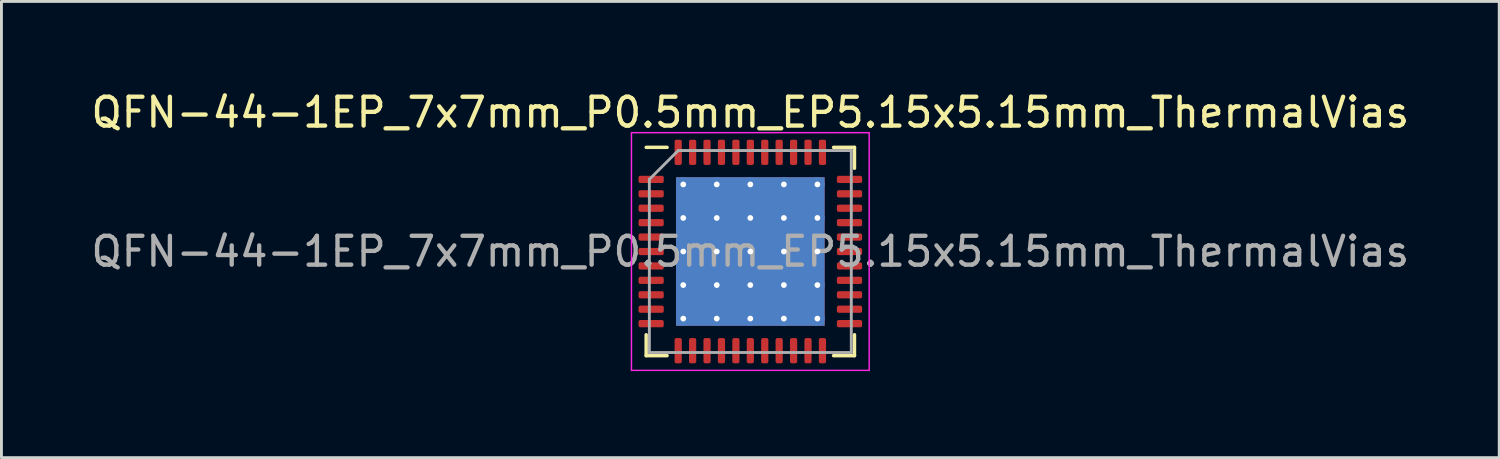
<source format=kicad_pcb>
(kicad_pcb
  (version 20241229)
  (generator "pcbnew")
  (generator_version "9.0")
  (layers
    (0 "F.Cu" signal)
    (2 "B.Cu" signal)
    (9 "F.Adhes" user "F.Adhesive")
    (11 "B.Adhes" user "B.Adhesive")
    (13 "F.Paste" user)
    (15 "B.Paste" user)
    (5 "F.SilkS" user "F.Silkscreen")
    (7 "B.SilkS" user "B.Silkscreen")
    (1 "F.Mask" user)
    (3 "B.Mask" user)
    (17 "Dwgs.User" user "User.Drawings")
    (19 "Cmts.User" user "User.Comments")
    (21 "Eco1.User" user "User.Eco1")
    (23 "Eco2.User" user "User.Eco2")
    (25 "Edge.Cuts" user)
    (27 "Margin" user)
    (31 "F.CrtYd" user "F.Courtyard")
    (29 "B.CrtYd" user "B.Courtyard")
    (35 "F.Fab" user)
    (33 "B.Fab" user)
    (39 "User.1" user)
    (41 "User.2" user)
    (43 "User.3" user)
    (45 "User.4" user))
  (footprint "QFN-44-1EP_7x7mm_P0.5mm_EP5.15x5.15mm_ThermalVias"
    (layer "F.Cu")
    (at 22.958 5.668)
    (property "Reference" "QFN-44-1EP_7x7mm_P0.5mm_EP5.15x5.15mm_ThermalVias" (at 0 -4.82 0) (layer "F.SilkS") (effects (font (size 1 1) (thickness 0.15))))
    (attr smd)
    (fp_line (start -3.61 3.61) (end -3.61 2.885) (stroke (width 0.12) (type solid)) (layer "F.SilkS"))
    (fp_line (start -2.885 -3.61) (end -3.61 -3.61) (stroke (width 0.12) (type solid)) (layer "F.SilkS"))
    (fp_line (start -2.885 3.61) (end -3.61 3.61) (stroke (width 0.12) (type solid)) (layer "F.SilkS"))
    (fp_line (start 2.885 -3.61) (end 3.61 -3.61) (stroke (width 0.12) (type solid)) (layer "F.SilkS"))
    (fp_line (start 2.885 3.61) (end 3.61 3.61) (stroke (width 0.12) (type solid)) (layer "F.SilkS"))
    (fp_line (start 3.61 -3.61) (end 3.61 -2.885) (stroke (width 0.12) (type solid)) (layer "F.SilkS"))
    (fp_line (start 3.61 3.61) (end 3.61 2.885) (stroke (width 0.12) (type solid)) (layer "F.SilkS"))
    (fp_line (start -4.12 -4.12) (end -4.12 4.12) (stroke (width 0.05) (type solid)) (layer "F.CrtYd"))
    (fp_line (start -4.12 4.12) (end 4.12 4.12) (stroke (width 0.05) (type solid)) (layer "F.CrtYd"))
    (fp_line (start 4.12 -4.12) (end -4.12 -4.12) (stroke (width 0.05) (type solid)) (layer "F.CrtYd"))
    (fp_line (start 4.12 4.12) (end 4.12 -4.12) (stroke (width 0.05) (type solid)) (layer "F.CrtYd"))
    (fp_line (start -3.5 -2.5) (end -2.5 -3.5) (stroke (width 0.1) (type solid)) (layer "F.Fab"))
    (fp_line (start -3.5 3.5) (end -3.5 -2.5) (stroke (width 0.1) (type solid)) (layer "F.Fab"))
    (fp_line (start -2.5 -3.5) (end 3.5 -3.5) (stroke (width 0.1) (type solid)) (layer "F.Fab"))
    (fp_line (start 3.5 -3.5) (end 3.5 3.5) (stroke (width 0.1) (type solid)) (layer "F.Fab"))
    (fp_line (start 3.5 3.5) (end -3.5 3.5) (stroke (width 0.1) (type solid)) (layer "F.Fab"))
    (fp_text user "${REFERENCE}" (at 0 0 0) (layer "F.Fab") (effects (font (size 1 1) (thickness 0.15))))
    (pad "" smd roundrect (at -1.744 -1.744) (size 0.997 0.997) (layers "F.Paste") (roundrect_rratio 0.25))
    (pad "" smd roundrect (at -1.744 -0.581) (size 0.997 0.997) (layers "F.Paste") (roundrect_rratio 0.25))
    (pad "" smd roundrect (at -1.744 0.581) (size 0.997 0.997) (layers "F.Paste") (roundrect_rratio 0.25))
    (pad "" smd roundrect (at -1.744 1.744) (size 0.997 0.997) (layers "F.Paste") (roundrect_rratio 0.25))
    (pad "" smd roundrect (at -0.581 -1.744) (size 0.997 0.997) (layers "F.Paste") (roundrect_rratio 0.25))
    (pad "" smd roundrect (at -0.581 -0.581) (size 0.997 0.997) (layers "F.Paste") (roundrect_rratio 0.25))
    (pad "" smd roundrect (at -0.581 0.581) (size 0.997 0.997) (layers "F.Paste") (roundrect_rratio 0.25))
    (pad "" smd roundrect (at -0.581 1.744) (size 0.997 0.997) (layers "F.Paste") (roundrect_rratio 0.25))
    (pad "" smd roundrect (at 0.581 -1.744) (size 0.997 0.997) (layers "F.Paste") (roundrect_rratio 0.25))
    (pad "" smd roundrect (at 0.581 -0.581) (size 0.997 0.997) (layers "F.Paste") (roundrect_rratio 0.25))
    (pad "" smd roundrect (at 0.581 0.581) (size 0.997 0.997) (layers "F.Paste") (roundrect_rratio 0.25))
    (pad "" smd roundrect (at 0.581 1.744) (size 0.997 0.997) (layers "F.Paste") (roundrect_rratio 0.25))
    (pad "" smd roundrect (at 1.744 -1.744) (size 0.997 0.997) (layers "F.Paste") (roundrect_rratio 0.25))
    (pad "" smd roundrect (at 1.744 -0.581) (size 0.997 0.997) (layers "F.Paste") (roundrect_rratio 0.25))
    (pad "" smd roundrect (at 1.744 0.581) (size 0.997 0.997) (layers "F.Paste") (roundrect_rratio 0.25))
    (pad "" smd roundrect (at 1.744 1.744) (size 0.997 0.997) (layers "F.Paste") (roundrect_rratio 0.25))
    (pad "1" smd roundrect (at -3.438 -2.5) (size 0.875 0.25) (layers "F.Cu" "F.Mask" "F.Paste") (roundrect_rratio 0.25))
    (pad "2" smd roundrect (at -3.438 -2) (size 0.875 0.25) (layers "F.Cu" "F.Mask" "F.Paste") (roundrect_rratio 0.25))
    (pad "3" smd roundrect (at -3.438 -1.5) (size 0.875 0.25) (layers "F.Cu" "F.Mask" "F.Paste") (roundrect_rratio 0.25))
    (pad "4" smd roundrect (at -3.438 -1) (size 0.875 0.25) (layers "F.Cu" "F.Mask" "F.Paste") (roundrect_rratio 0.25))
    (pad "5" smd roundrect (at -3.438 -0.5) (size 0.875 0.25) (layers "F.Cu" "F.Mask" "F.Paste") (roundrect_rratio 0.25))
    (pad "6" smd roundrect (at -3.438 0) (size 0.875 0.25) (layers "F.Cu" "F.Mask" "F.Paste") (roundrect_rratio 0.25))
    (pad "7" smd roundrect (at -3.438 0.5) (size 0.875 0.25) (layers "F.Cu" "F.Mask" "F.Paste") (roundrect_rratio 0.25))
    (pad "8" smd roundrect (at -3.438 1) (size 0.875 0.25) (layers "F.Cu" "F.Mask" "F.Paste") (roundrect_rratio 0.25))
    (pad "9" smd roundrect (at -3.438 1.5) (size 0.875 0.25) (layers "F.Cu" "F.Mask" "F.Paste") (roundrect_rratio 0.25))
    (pad "10" smd roundrect (at -3.438 2) (size 0.875 0.25) (layers "F.Cu" "F.Mask" "F.Paste") (roundrect_rratio 0.25))
    (pad "11" smd roundrect (at -3.438 2.5) (size 0.875 0.25) (layers "F.Cu" "F.Mask" "F.Paste") (roundrect_rratio 0.25))
    (pad "12" smd roundrect (at -2.5 3.438) (size 0.25 0.875) (layers "F.Cu" "F.Mask" "F.Paste") (roundrect_rratio 0.25))
    (pad "13" smd roundrect (at -2 3.438) (size 0.25 0.875) (layers "F.Cu" "F.Mask" "F.Paste") (roundrect_rratio 0.25))
    (pad "14" smd roundrect (at -1.5 3.438) (size 0.25 0.875) (layers "F.Cu" "F.Mask" "F.Paste") (roundrect_rratio 0.25))
    (pad "15" smd roundrect (at -1 3.438) (size 0.25 0.875) (layers "F.Cu" "F.Mask" "F.Paste") (roundrect_rratio 0.25))
    (pad "16" smd roundrect (at -0.5 3.438) (size 0.25 0.875) (layers "F.Cu" "F.Mask" "F.Paste") (roundrect_rratio 0.25))
    (pad "17" smd roundrect (at 0 3.438) (size 0.25 0.875) (layers "F.Cu" "F.Mask" "F.Paste") (roundrect_rratio 0.25))
    (pad "18" smd roundrect (at 0.5 3.438) (size 0.25 0.875) (layers "F.Cu" "F.Mask" "F.Paste") (roundrect_rratio 0.25))
    (pad "19" smd roundrect (at 1 3.438) (size 0.25 0.875) (layers "F.Cu" "F.Mask" "F.Paste") (roundrect_rratio 0.25))
    (pad "20" smd roundrect (at 1.5 3.438) (size 0.25 0.875) (layers "F.Cu" "F.Mask" "F.Paste") (roundrect_rratio 0.25))
    (pad "21" smd roundrect (at 2 3.438) (size 0.25 0.875) (layers "F.Cu" "F.Mask" "F.Paste") (roundrect_rratio 0.25))
    (pad "22" smd roundrect (at 2.5 3.438) (size 0.25 0.875) (layers "F.Cu" "F.Mask" "F.Paste") (roundrect_rratio 0.25))
    (pad "23" smd roundrect (at 3.438 2.5) (size 0.875 0.25) (layers "F.Cu" "F.Mask" "F.Paste") (roundrect_rratio 0.25))
    (pad "24" smd roundrect (at 3.438 2) (size 0.875 0.25) (layers "F.Cu" "F.Mask" "F.Paste") (roundrect_rratio 0.25))
    (pad "25" smd roundrect (at 3.438 1.5) (size 0.875 0.25) (layers "F.Cu" "F.Mask" "F.Paste") (roundrect_rratio 0.25))
    (pad "26" smd roundrect (at 3.438 1) (size 0.875 0.25) (layers "F.Cu" "F.Mask" "F.Paste") (roundrect_rratio 0.25))
    (pad "27" smd roundrect (at 3.438 0.5) (size 0.875 0.25) (layers "F.Cu" "F.Mask" "F.Paste") (roundrect_rratio 0.25))
    (pad "28" smd roundrect (at 3.438 0) (size 0.875 0.25) (layers "F.Cu" "F.Mask" "F.Paste") (roundrect_rratio 0.25))
    (pad "29" smd roundrect (at 3.438 -0.5) (size 0.875 0.25) (layers "F.Cu" "F.Mask" "F.Paste") (roundrect_rratio 0.25))
    (pad "30" smd roundrect (at 3.438 -1) (size 0.875 0.25) (layers "F.Cu" "F.Mask" "F.Paste") (roundrect_rratio 0.25))
    (pad "31" smd roundrect (at 3.438 -1.5) (size 0.875 0.25) (layers "F.Cu" "F.Mask" "F.Paste") (roundrect_rratio 0.25))
    (pad "32" smd roundrect (at 3.438 -2) (size 0.875 0.25) (layers "F.Cu" "F.Mask" "F.Paste") (roundrect_rratio 0.25))
    (pad "33" smd roundrect (at 3.438 -2.5) (size 0.875 0.25) (layers "F.Cu" "F.Mask" "F.Paste") (roundrect_rratio 0.25))
    (pad "34" smd roundrect (at 2.5 -3.438) (size 0.25 0.875) (layers "F.Cu" "F.Mask" "F.Paste") (roundrect_rratio 0.25))
    (pad "35" smd roundrect (at 2 -3.438) (size 0.25 0.875) (layers "F.Cu" "F.Mask" "F.Paste") (roundrect_rratio 0.25))
    (pad "36" smd roundrect (at 1.5 -3.438) (size 0.25 0.875) (layers "F.Cu" "F.Mask" "F.Paste") (roundrect_rratio 0.25))
    (pad "37" smd roundrect (at 1 -3.438) (size 0.25 0.875) (layers "F.Cu" "F.Mask" "F.Paste") (roundrect_rratio 0.25))
    (pad "38" smd roundrect (at 0.5 -3.438) (size 0.25 0.875) (layers "F.Cu" "F.Mask" "F.Paste") (roundrect_rratio 0.25))
    (pad "39" smd roundrect (at 0 -3.438) (size 0.25 0.875) (layers "F.Cu" "F.Mask" "F.Paste") (roundrect_rratio 0.25))
    (pad "40" smd roundrect (at -0.5 -3.438) (size 0.25 0.875) (layers "F.Cu" "F.Mask" "F.Paste") (roundrect_rratio 0.25))
    (pad "41" smd roundrect (at -1 -3.438) (size 0.25 0.875) (layers "F.Cu" "F.Mask" "F.Paste") (roundrect_rratio 0.25))
    (pad "42" smd roundrect (at -1.5 -3.438) (size 0.25 0.875) (layers "F.Cu" "F.Mask" "F.Paste") (roundrect_rratio 0.25))
    (pad "43" smd roundrect (at -2 -3.438) (size 0.25 0.875) (layers "F.Cu" "F.Mask" "F.Paste") (roundrect_rratio 0.25))
    (pad "44" smd roundrect (at -2.5 -3.438) (size 0.25 0.875) (layers "F.Cu" "F.Mask" "F.Paste") (roundrect_rratio 0.25))
    (pad "45" thru_hole circle (at -2.325 -2.325) (size 0.5 0.5) (drill 0.2) (layers "*.Cu"))
    (pad "45" thru_hole circle (at -2.325 -1.163) (size 0.5 0.5) (drill 0.2) (layers "*.Cu"))
    (pad "45" thru_hole circle (at -2.325 0) (size 0.5 0.5) (drill 0.2) (layers "*.Cu"))
    (pad "45" thru_hole circle (at -2.325 1.163) (size 0.5 0.5) (drill 0.2) (layers "*.Cu"))
    (pad "45" thru_hole circle (at -2.325 2.325) (size 0.5 0.5) (drill 0.2) (layers "*.Cu"))
    (pad "45" thru_hole circle (at -1.163 -2.325) (size 0.5 0.5) (drill 0.2) (layers "*.Cu"))
    (pad "45" thru_hole circle (at -1.163 -1.163) (size 0.5 0.5) (drill 0.2) (layers "*.Cu"))
    (pad "45" thru_hole circle (at -1.163 0) (size 0.5 0.5) (drill 0.2) (layers "*.Cu"))
    (pad "45" thru_hole circle (at -1.163 1.163) (size 0.5 0.5) (drill 0.2) (layers "*.Cu"))
    (pad "45" thru_hole circle (at -1.163 2.325) (size 0.5 0.5) (drill 0.2) (layers "*.Cu"))
    (pad "45" thru_hole circle (at 0 -2.325) (size 0.5 0.5) (drill 0.2) (layers "*.Cu"))
    (pad "45" thru_hole circle (at 0 -1.163) (size 0.5 0.5) (drill 0.2) (layers "*.Cu"))
    (pad "45" thru_hole circle (at 0 0) (size 0.5 0.5) (drill 0.2) (layers "*.Cu"))
    (pad "45" smd rect (at 0 0) (size 5.15 5.15) (layers "F.Cu" "F.Mask"))
    (pad "45" smd rect (at 0 0) (size 5.15 5.15) (layers "B.Cu"))
    (pad "45" thru_hole circle (at 0 1.163) (size 0.5 0.5) (drill 0.2) (layers "*.Cu"))
    (pad "45" thru_hole circle (at 0 2.325) (size 0.5 0.5) (drill 0.2) (layers "*.Cu"))
    (pad "45" thru_hole circle (at 1.163 -2.325) (size 0.5 0.5) (drill 0.2) (layers "*.Cu"))
    (pad "45" thru_hole circle (at 1.163 -1.163) (size 0.5 0.5) (drill 0.2) (layers "*.Cu"))
    (pad "45" thru_hole circle (at 1.163 0) (size 0.5 0.5) (drill 0.2) (layers "*.Cu"))
    (pad "45" thru_hole circle (at 1.163 1.163) (size 0.5 0.5) (drill 0.2) (layers "*.Cu"))
    (pad "45" thru_hole circle (at 1.163 2.325) (size 0.5 0.5) (drill 0.2) (layers "*.Cu"))
    (pad "45" thru_hole circle (at 2.325 -2.325) (size 0.5 0.5) (drill 0.2) (layers "*.Cu"))
    (pad "45" thru_hole circle (at 2.325 -1.163) (size 0.5 0.5) (drill 0.2) (layers "*.Cu"))
    (pad "45" thru_hole circle (at 2.325 0) (size 0.5 0.5) (drill 0.2) (layers "*.Cu"))
    (pad "45" thru_hole circle (at 2.325 1.163) (size 0.5 0.5) (drill 0.2) (layers "*.Cu"))
    (pad "45" thru_hole circle (at 2.325 2.325) (size 0.5 0.5) (drill 0.2) (layers "*.Cu")))
  (gr_rect
    (start -3 -3)
    (end 48.917 12.813)
    (stroke (width 0.1) (type default))
    (fill no)
    (layer "Edge.Cuts")))
</source>
